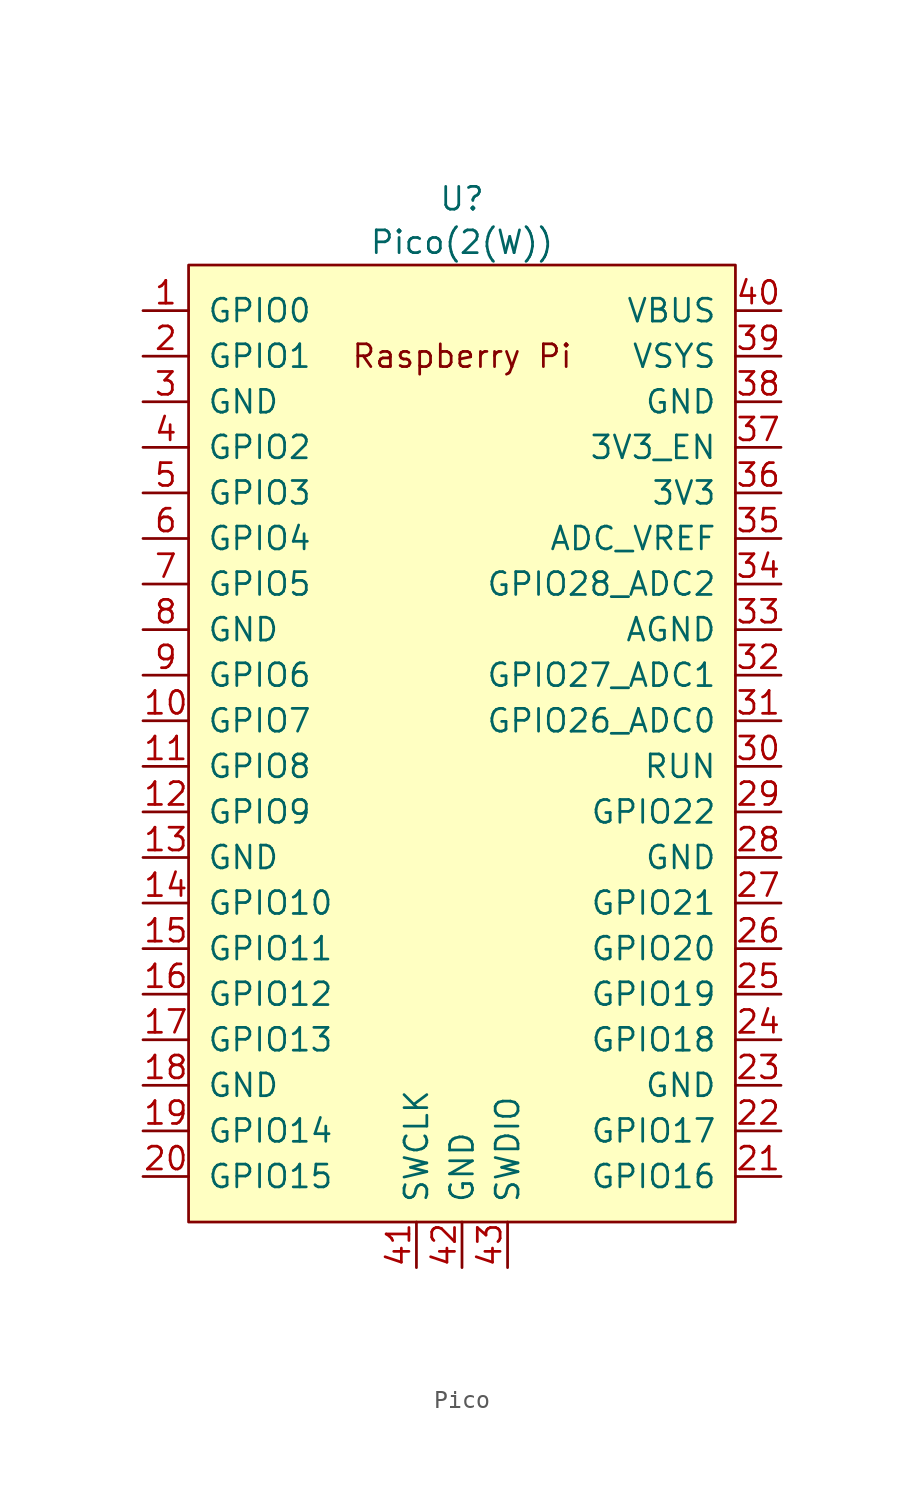
<source format=kicad_sym>
(kicad_symbol_lib
  (version 20241209)
  (generator "kicad_symbol_editor")
  (generator_version "9.0")
  (symbol "Pico"
    (pin_names
      (offset 1.016))
    (property "Reference" "U"
      (at 0 30.364 0)
      (effects (font (size 1.27 1.27))))
    (property "Value" "Pico(2(W))"
      (at 0 27.94 0)
      (effects (font (size 1.27 1.27))))
    (property "Description" ""
      (at 0 0 0)
      (effects (font (size 1.27 1.27))))
    (symbol "Pico_0_0"
      (text "Raspberry Pi" (at 0 21.59 0) (effects (font (size 1.27 1.27)))))
    (symbol "Pico_0_1"
      (rectangle (start -15.24 26.67) (end 15.24 -26.67) (stroke (width 0) (type solid)) (fill (type background))))
    (symbol "Pico_1_1"
      (pin bidirectional line (at -17.78 24.13 0) (length 2.54) (name "GPIO0" (effects (font (size 1.27 1.27)))) (number "1" (effects (font (size 1.27 1.27)))))
      (pin bidirectional line (at -17.78 21.59 0) (length 2.54) (name "GPIO1" (effects (font (size 1.27 1.27)))) (number "2" (effects (font (size 1.27 1.27)))))
      (pin power_in line (at -17.78 19.05 0) (length 2.54) (name "GND" (effects (font (size 1.27 1.27)))) (number "3" (effects (font (size 1.27 1.27)))))
      (pin bidirectional line (at -17.78 16.51 0) (length 2.54) (name "GPIO2" (effects (font (size 1.27 1.27)))) (number "4" (effects (font (size 1.27 1.27)))))
      (pin bidirectional line (at -17.78 13.97 0) (length 2.54) (name "GPIO3" (effects (font (size 1.27 1.27)))) (number "5" (effects (font (size 1.27 1.27)))))
      (pin bidirectional line (at -17.78 11.43 0) (length 2.54) (name "GPIO4" (effects (font (size 1.27 1.27)))) (number "6" (effects (font (size 1.27 1.27)))))
      (pin bidirectional line (at -17.78 8.89 0) (length 2.54) (name "GPIO5" (effects (font (size 1.27 1.27)))) (number "7" (effects (font (size 1.27 1.27)))))
      (pin power_in line (at -17.78 6.35 0) (length 2.54) (name "GND" (effects (font (size 1.27 1.27)))) (number "8" (effects (font (size 1.27 1.27)))))
      (pin bidirectional line (at -17.78 3.81 0) (length 2.54) (name "GPIO6" (effects (font (size 1.27 1.27)))) (number "9" (effects (font (size 1.27 1.27)))))
      (pin bidirectional line (at -17.78 1.27 0) (length 2.54) (name "GPIO7" (effects (font (size 1.27 1.27)))) (number "10" (effects (font (size 1.27 1.27)))))
      (pin bidirectional line (at -17.78 -1.27 0) (length 2.54) (name "GPIO8" (effects (font (size 1.27 1.27)))) (number "11" (effects (font (size 1.27 1.27)))))
      (pin bidirectional line (at -17.78 -3.81 0) (length 2.54) (name "GPIO9" (effects (font (size 1.27 1.27)))) (number "12" (effects (font (size 1.27 1.27)))))
      (pin power_in line (at -17.78 -6.35 0) (length 2.54) (name "GND" (effects (font (size 1.27 1.27)))) (number "13" (effects (font (size 1.27 1.27)))))
      (pin bidirectional line (at -17.78 -8.89 0) (length 2.54) (name "GPIO10" (effects (font (size 1.27 1.27)))) (number "14" (effects (font (size 1.27 1.27)))))
      (pin bidirectional line (at -17.78 -11.43 0) (length 2.54) (name "GPIO11" (effects (font (size 1.27 1.27)))) (number "15" (effects (font (size 1.27 1.27)))))
      (pin bidirectional line (at -17.78 -13.97 0) (length 2.54) (name "GPIO12" (effects (font (size 1.27 1.27)))) (number "16" (effects (font (size 1.27 1.27)))))
      (pin bidirectional line (at -17.78 -16.51 0) (length 2.54) (name "GPIO13" (effects (font (size 1.27 1.27)))) (number "17" (effects (font (size 1.27 1.27)))))
      (pin power_in line (at -17.78 -19.05 0) (length 2.54) (name "GND" (effects (font (size 1.27 1.27)))) (number "18" (effects (font (size 1.27 1.27)))))
      (pin bidirectional line (at -17.78 -21.59 0) (length 2.54) (name "GPIO14" (effects (font (size 1.27 1.27)))) (number "19" (effects (font (size 1.27 1.27)))))
      (pin bidirectional line (at -17.78 -24.13 0) (length 2.54) (name "GPIO15" (effects (font (size 1.27 1.27)))) (number "20" (effects (font (size 1.27 1.27)))))
      (pin input line (at -2.54 -29.21 90) (length 2.54) (name "SWCLK" (effects (font (size 1.27 1.27)))) (number "41" (effects (font (size 1.27 1.27)))))
      (pin power_in line (at 0 -29.21 90) (length 2.54) (name "GND" (effects (font (size 1.27 1.27)))) (number "42" (effects (font (size 1.27 1.27)))))
      (pin bidirectional line (at 2.54 -29.21 90) (length 2.54) (name "SWDIO" (effects (font (size 1.27 1.27)))) (number "43" (effects (font (size 1.27 1.27)))))
      (pin power_in line (at 17.78 24.13 180) (length 2.54) (name "VBUS" (effects (font (size 1.27 1.27)))) (number "40" (effects (font (size 1.27 1.27)))))
      (pin power_in line (at 17.78 21.59 180) (length 2.54) (name "VSYS" (effects (font (size 1.27 1.27)))) (number "39" (effects (font (size 1.27 1.27)))))
      (pin power_in line (at 17.78 19.05 180) (length 2.54) (name "GND" (effects (font (size 1.27 1.27)))) (number "38" (effects (font (size 1.27 1.27)))))
      (pin input line (at 17.78 16.51 180) (length 2.54) (name "3V3_EN" (effects (font (size 1.27 1.27)))) (number "37" (effects (font (size 1.27 1.27)))))
      (pin power_in line (at 17.78 13.97 180) (length 2.54) (name "3V3" (effects (font (size 1.27 1.27)))) (number "36" (effects (font (size 1.27 1.27)))))
      (pin power_in line (at 17.78 11.43 180) (length 2.54) (name "ADC_VREF" (effects (font (size 1.27 1.27)))) (number "35" (effects (font (size 1.27 1.27)))))
      (pin bidirectional line (at 17.78 8.89 180) (length 2.54) (name "GPIO28_ADC2" (effects (font (size 1.27 1.27)))) (number "34" (effects (font (size 1.27 1.27)))))
      (pin power_in line (at 17.78 6.35 180) (length 2.54) (name "AGND" (effects (font (size 1.27 1.27)))) (number "33" (effects (font (size 1.27 1.27)))))
      (pin bidirectional line (at 17.78 3.81 180) (length 2.54) (name "GPIO27_ADC1" (effects (font (size 1.27 1.27)))) (number "32" (effects (font (size 1.27 1.27)))))
      (pin bidirectional line (at 17.78 1.27 180) (length 2.54) (name "GPIO26_ADC0" (effects (font (size 1.27 1.27)))) (number "31" (effects (font (size 1.27 1.27)))))
      (pin input line (at 17.78 -1.27 180) (length 2.54) (name "RUN" (effects (font (size 1.27 1.27)))) (number "30" (effects (font (size 1.27 1.27)))))
      (pin bidirectional line (at 17.78 -3.81 180) (length 2.54) (name "GPIO22" (effects (font (size 1.27 1.27)))) (number "29" (effects (font (size 1.27 1.27)))))
      (pin power_in line (at 17.78 -6.35 180) (length 2.54) (name "GND" (effects (font (size 1.27 1.27)))) (number "28" (effects (font (size 1.27 1.27)))))
      (pin bidirectional line (at 17.78 -8.89 180) (length 2.54) (name "GPIO21" (effects (font (size 1.27 1.27)))) (number "27" (effects (font (size 1.27 1.27)))))
      (pin bidirectional line (at 17.78 -11.43 180) (length 2.54) (name "GPIO20" (effects (font (size 1.27 1.27)))) (number "26" (effects (font (size 1.27 1.27)))))
      (pin bidirectional line (at 17.78 -13.97 180) (length 2.54) (name "GPIO19" (effects (font (size 1.27 1.27)))) (number "25" (effects (font (size 1.27 1.27)))))
      (pin bidirectional line (at 17.78 -16.51 180) (length 2.54) (name "GPIO18" (effects (font (size 1.27 1.27)))) (number "24" (effects (font (size 1.27 1.27)))))
      (pin power_in line (at 17.78 -19.05 180) (length 2.54) (name "GND" (effects (font (size 1.27 1.27)))) (number "23" (effects (font (size 1.27 1.27)))))
      (pin bidirectional line (at 17.78 -21.59 180) (length 2.54) (name "GPIO17" (effects (font (size 1.27 1.27)))) (number "22" (effects (font (size 1.27 1.27)))))
      (pin bidirectional line (at 17.78 -24.13 180) (length 2.54) (name "GPIO16" (effects (font (size 1.27 1.27)))) (number "21" (effects (font (size 1.27 1.27))))))))
</source>
